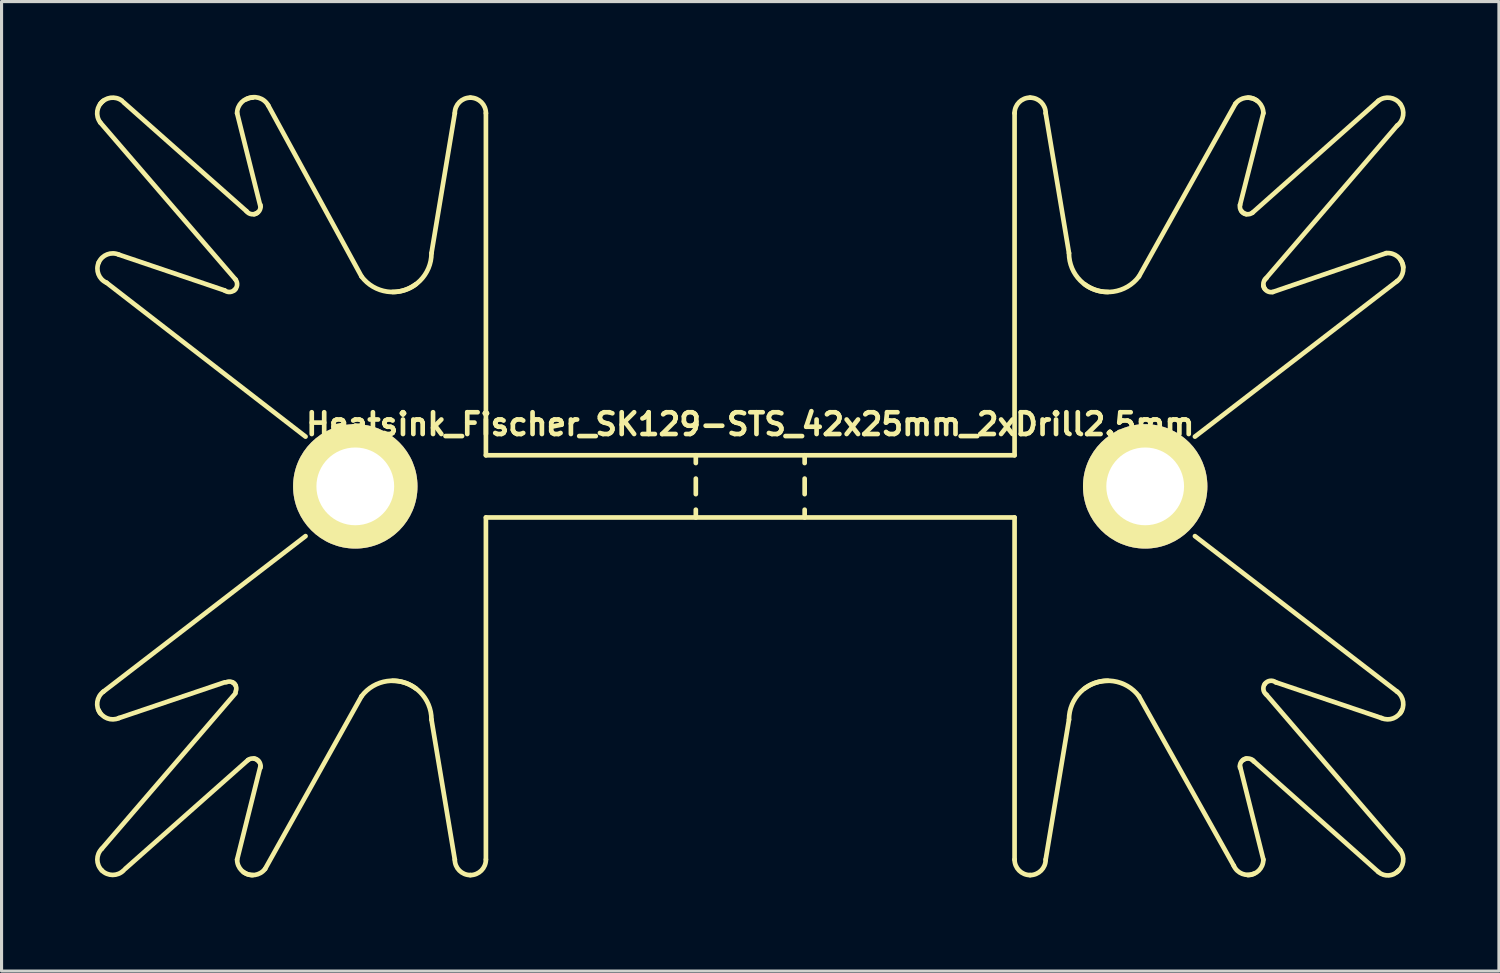
<source format=kicad_pcb>
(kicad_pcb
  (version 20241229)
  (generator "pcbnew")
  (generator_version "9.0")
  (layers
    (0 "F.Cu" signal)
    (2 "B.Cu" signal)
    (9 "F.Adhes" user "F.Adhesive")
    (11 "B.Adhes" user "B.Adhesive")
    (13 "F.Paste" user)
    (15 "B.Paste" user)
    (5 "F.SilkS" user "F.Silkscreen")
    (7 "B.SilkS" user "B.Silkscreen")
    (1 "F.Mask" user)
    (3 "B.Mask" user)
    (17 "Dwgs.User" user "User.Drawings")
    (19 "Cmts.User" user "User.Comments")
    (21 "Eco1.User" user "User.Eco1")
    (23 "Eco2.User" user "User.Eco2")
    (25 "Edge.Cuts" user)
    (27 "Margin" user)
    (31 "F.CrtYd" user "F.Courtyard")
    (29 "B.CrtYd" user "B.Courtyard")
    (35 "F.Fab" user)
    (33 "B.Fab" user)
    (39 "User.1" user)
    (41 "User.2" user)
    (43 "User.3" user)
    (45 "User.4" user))
  (footprint "Heatsink_Fischer_SK129-STS_42x25mm_2xDrill2.5mm"
    (layer "F.Cu")
    (at 21.075 12.59)
    (property "Reference" "Heatsink_Fischer_SK129-STS_42x25mm_2xDrill2.5mm" (at 0 -2 0) (layer "F.SilkS") (effects (font (size 0.7 0.7) (thickness 0.15))))
    (attr through_hole)
    (fp_line (start -20.85 11.65) (end -16.55 6.65) (stroke (width 0.15) (type solid)) (layer "F.SilkS"))
    (fp_line (start -20.8 6.6) (end -14.3 1.6) (stroke (width 0.15) (type solid)) (layer "F.SilkS"))
    (fp_line (start -20.7 -6.55) (end -14.3 -1.6) (stroke (width 0.15) (type solid)) (layer "F.SilkS"))
    (fp_line (start -20.3 7.45) (end -16.9 6.3) (stroke (width 0.15) (type solid)) (layer "F.SilkS"))
    (fp_line (start -20.1 12.3) (end -16.15 8.8) (stroke (width 0.15) (type solid)) (layer "F.SilkS"))
    (fp_line (start -16.9 -6.3) (end -20.3 -7.45) (stroke (width 0.15) (type solid)) (layer "F.SilkS"))
    (fp_line (start -16.55 -6.65) (end -20.9 -11.7) (stroke (width 0.15) (type solid)) (layer "F.SilkS"))
    (fp_line (start -16.5 12) (end -15.75 9) (stroke (width 0.15) (type solid)) (layer "F.SilkS"))
    (fp_line (start -16.2 -8.85) (end -20.15 -12.35) (stroke (width 0.15) (type solid)) (layer "F.SilkS"))
    (fp_line (start -15.75 -9) (end -16.5 -12) (stroke (width 0.15) (type solid)) (layer "F.SilkS"))
    (fp_line (start -15.6 12.3) (end -12.5 6.75) (stroke (width 0.15) (type solid)) (layer "F.SilkS"))
    (fp_line (start -15.5 -12.25) (end -12.5 -6.75) (stroke (width 0.15) (type solid)) (layer "F.SilkS"))
    (fp_line (start -10.25 7.5) (end -9.5 12) (stroke (width 0.15) (type solid)) (layer "F.SilkS"))
    (fp_line (start -9.5 -12) (end -10.25 -7.5) (stroke (width 0.15) (type solid)) (layer "F.SilkS"))
    (fp_line (start -8.5 -12) (end -8.5 -1) (stroke (width 0.15) (type solid)) (layer "F.SilkS"))
    (fp_line (start -8.5 -1) (end 8.5 -1) (stroke (width 0.15) (type solid)) (layer "F.SilkS"))
    (fp_line (start -8.5 12) (end -8.5 1) (stroke (width 0.15) (type solid)) (layer "F.SilkS"))
    (fp_line (start -1.75 -1) (end -1.75 -0.75) (stroke (width 0.15) (type solid)) (layer "F.SilkS"))
    (fp_line (start -1.75 -0.25) (end -1.75 0.25) (stroke (width 0.15) (type solid)) (layer "F.SilkS"))
    (fp_line (start -1.75 1) (end -1.75 0.75) (stroke (width 0.15) (type solid)) (layer "F.SilkS"))
    (fp_line (start 1.75 -1) (end 1.75 -0.75) (stroke (width 0.15) (type solid)) (layer "F.SilkS"))
    (fp_line (start 1.75 -0.25) (end 1.75 0.25) (stroke (width 0.15) (type solid)) (layer "F.SilkS"))
    (fp_line (start 1.75 0.75) (end 1.75 1) (stroke (width 0.15) (type solid)) (layer "F.SilkS"))
    (fp_line (start 8.5 -12) (end 8.5 -1) (stroke (width 0.15) (type solid)) (layer "F.SilkS"))
    (fp_line (start 8.5 1) (end -8.5 1) (stroke (width 0.15) (type solid)) (layer "F.SilkS"))
    (fp_line (start 8.5 12) (end 8.5 1) (stroke (width 0.15) (type solid)) (layer "F.SilkS"))
    (fp_line (start 9.5 -12) (end 10.25 -7.5) (stroke (width 0.15) (type solid)) (layer "F.SilkS"))
    (fp_line (start 10.25 7.5) (end 9.5 12) (stroke (width 0.15) (type solid)) (layer "F.SilkS"))
    (fp_line (start 12.5 -6.75) (end 15.6 -12.3) (stroke (width 0.15) (type solid)) (layer "F.SilkS"))
    (fp_line (start 15.55 12.2) (end 12.5 6.75) (stroke (width 0.15) (type solid)) (layer "F.SilkS"))
    (fp_line (start 16.15 -8.8) (end 20.2 -12.4) (stroke (width 0.15) (type solid)) (layer "F.SilkS"))
    (fp_line (start 16.15 8.8) (end 20.2 12.4) (stroke (width 0.15) (type solid)) (layer "F.SilkS"))
    (fp_line (start 16.5 -12) (end 15.75 -9.05) (stroke (width 0.15) (type solid)) (layer "F.SilkS"))
    (fp_line (start 16.5 12) (end 15.75 9) (stroke (width 0.15) (type solid)) (layer "F.SilkS"))
    (fp_line (start 16.55 -6.65) (end 20.8 -11.6) (stroke (width 0.15) (type solid)) (layer "F.SilkS"))
    (fp_line (start 16.6 6.7) (end 20.9 11.7) (stroke (width 0.15) (type solid)) (layer "F.SilkS"))
    (fp_line (start 16.8 -6.25) (end 20.45 -7.5) (stroke (width 0.15) (type solid)) (layer "F.SilkS"))
    (fp_line (start 16.9 6.3) (end 20.3 7.45) (stroke (width 0.15) (type solid)) (layer "F.SilkS"))
    (fp_line (start 20.8 -6.6) (end 14.3 -1.6) (stroke (width 0.15) (type solid)) (layer "F.SilkS"))
    (fp_line (start 20.8 6.6) (end 14.3 1.6) (stroke (width 0.15) (type solid)) (layer "F.SilkS"))
    (fp_arc (start -20.95 -7.2) (mid -20.676777 -7.459619) (end -20.3 -7.45) (stroke (width 0.15) (type solid)) (layer "F.SilkS"))
    (fp_arc (start -20.9 -12.3) (mid -20.570711 -12.494975) (end -20.2 -12.4) (stroke (width 0.15) (type solid)) (layer "F.SilkS"))
    (fp_arc (start -20.9 -11.7) (mid -20.994975 -12.070711) (end -20.8 -12.4) (stroke (width 0.15) (type solid)) (layer "F.SilkS"))
    (fp_arc (start -20.9 7.3) (mid -20.994975 6.929289) (end -20.8 6.6) (stroke (width 0.15) (type solid)) (layer "F.SilkS"))
    (fp_arc (start -20.85 12.35) (mid -20.994975 12) (end -20.85 11.65) (stroke (width 0.15) (type solid)) (layer "F.SilkS"))
    (fp_arc (start -20.7 -6.55) (mid -20.959619 -6.823223) (end -20.95 -7.2) (stroke (width 0.15) (type solid)) (layer "F.SilkS"))
    (fp_arc (start -20.3 7.45) (mid -20.676777 7.459619) (end -20.95 7.2) (stroke (width 0.15) (type solid)) (layer "F.SilkS"))
    (fp_arc (start -20.15 12.35) (mid -20.5 12.494975) (end -20.85 12.35) (stroke (width 0.15) (type solid)) (layer "F.SilkS"))
    (fp_arc (start -16.85 6.3) (mid -16.679289 6.287868) (end -16.55 6.4) (stroke (width 0.15) (type solid)) (layer "F.SilkS"))
    (fp_arc (start -16.65 6.3) (mid -16.537868 6.429289) (end -16.55 6.6) (stroke (width 0.15) (type solid)) (layer "F.SilkS"))
    (fp_arc (start -16.55 -6.65) (mid -16.502513 -6.464645) (end -16.6 -6.3) (stroke (width 0.15) (type solid)) (layer "F.SilkS"))
    (fp_arc (start -16.55 -6.35) (mid -16.714645 -6.252513) (end -16.9 -6.3) (stroke (width 0.15) (type solid)) (layer "F.SilkS"))
    (fp_arc (start -16.5 -12) (mid -16.353553 -12.353553) (end -16 -12.5) (stroke (width 0.15) (type solid)) (layer "F.SilkS"))
    (fp_arc (start -16.2 -12.45) (mid -15.808579 -12.494975) (end -15.5 -12.25) (stroke (width 0.15) (type solid)) (layer "F.SilkS"))
    (fp_arc (start -16.15 8.8) (mid -15.964645 8.752513) (end -15.8 8.85) (stroke (width 0.15) (type solid)) (layer "F.SilkS"))
    (fp_arc (start -16 12.5) (mid -16.353553 12.353553) (end -16.5 12) (stroke (width 0.15) (type solid)) (layer "F.SilkS"))
    (fp_arc (start -15.95 8.75) (mid -15.787868 8.858579) (end -15.75 9.05) (stroke (width 0.15) (type solid)) (layer "F.SilkS"))
    (fp_arc (start -15.85 -8.8) (mid -16.035355 -8.752513) (end -16.2 -8.85) (stroke (width 0.15) (type solid)) (layer "F.SilkS"))
    (fp_arc (start -15.75 -9.05) (mid -15.787868 -8.858579) (end -15.95 -8.75) (stroke (width 0.15) (type solid)) (layer "F.SilkS"))
    (fp_arc (start -15.6 12.3) (mid -15.929289 12.494975) (end -16.3 12.4) (stroke (width 0.15) (type solid)) (layer "F.SilkS"))
    (fp_arc (start -12.5 6.75) (mid -11.676777 6.262563) (end -10.75 6.5) (stroke (width 0.15) (type solid)) (layer "F.SilkS"))
    (fp_arc (start -11.5 6.25) (mid -10.616117 6.616117) (end -10.25 7.5) (stroke (width 0.15) (type solid)) (layer "F.SilkS"))
    (fp_arc (start -10.75 -6.5) (mid -11.676777 -6.262563) (end -12.5 -6.75) (stroke (width 0.15) (type solid)) (layer "F.SilkS"))
    (fp_arc (start -10.25 -7.5) (mid -10.616117 -6.616117) (end -11.5 -6.25) (stroke (width 0.15) (type solid)) (layer "F.SilkS"))
    (fp_arc (start -9.5 -12) (mid -9.353553 -12.353553) (end -9 -12.5) (stroke (width 0.15) (type solid)) (layer "F.SilkS"))
    (fp_arc (start -9 -12.5) (mid -8.646447 -12.353553) (end -8.5 -12) (stroke (width 0.15) (type solid)) (layer "F.SilkS"))
    (fp_arc (start -9 12.5) (mid -9.353553 12.353553) (end -9.5 12) (stroke (width 0.15) (type solid)) (layer "F.SilkS"))
    (fp_arc (start -8.5 12) (mid -8.646447 12.353553) (end -9 12.5) (stroke (width 0.15) (type solid)) (layer "F.SilkS"))
    (fp_arc (start 8.5 -12) (mid 8.646447 -12.353553) (end 9 -12.5) (stroke (width 0.15) (type solid)) (layer "F.SilkS"))
    (fp_arc (start 9 -12.5) (mid 9.353553 -12.353553) (end 9.5 -12) (stroke (width 0.15) (type solid)) (layer "F.SilkS"))
    (fp_arc (start 9 12.5) (mid 8.646447 12.353553) (end 8.5 12) (stroke (width 0.15) (type solid)) (layer "F.SilkS"))
    (fp_arc (start 9.5 12) (mid 9.353553 12.353553) (end 9 12.5) (stroke (width 0.15) (type solid)) (layer "F.SilkS"))
    (fp_arc (start 10.25 7.5) (mid 10.616117 6.616117) (end 11.5 6.25) (stroke (width 0.15) (type solid)) (layer "F.SilkS"))
    (fp_arc (start 10.75 6.5) (mid 11.676777 6.262563) (end 12.5 6.75) (stroke (width 0.15) (type solid)) (layer "F.SilkS"))
    (fp_arc (start 11.5 -6.25) (mid 10.616117 -6.616117) (end 10.25 -7.5) (stroke (width 0.15) (type solid)) (layer "F.SilkS"))
    (fp_arc (start 12.5 -6.75) (mid 11.676777 -6.262563) (end 10.75 -6.5) (stroke (width 0.15) (type solid)) (layer "F.SilkS"))
    (fp_arc (start 15.6 -12.3) (mid 15.929289 -12.494975) (end 16.3 -12.4) (stroke (width 0.15) (type solid)) (layer "F.SilkS"))
    (fp_arc (start 15.75 9.05) (mid 15.787868 8.858579) (end 15.95 8.75) (stroke (width 0.15) (type solid)) (layer "F.SilkS"))
    (fp_arc (start 15.85 8.8) (mid 16.035355 8.752513) (end 16.2 8.85) (stroke (width 0.15) (type solid)) (layer "F.SilkS"))
    (fp_arc (start 15.95 -8.75) (mid 15.787868 -8.858579) (end 15.75 -9.05) (stroke (width 0.15) (type solid)) (layer "F.SilkS"))
    (fp_arc (start 16 -12.5) (mid 16.353553 -12.353553) (end 16.5 -12) (stroke (width 0.15) (type solid)) (layer "F.SilkS"))
    (fp_arc (start 16.15 -8.8) (mid 15.964645 -8.752513) (end 15.8 -8.85) (stroke (width 0.15) (type solid)) (layer "F.SilkS"))
    (fp_arc (start 16.2 12.45) (mid 15.823223 12.459619) (end 15.55 12.2) (stroke (width 0.15) (type solid)) (layer "F.SilkS"))
    (fp_arc (start 16.5 12) (mid 16.353553 12.353553) (end 16 12.5) (stroke (width 0.15) (type solid)) (layer "F.SilkS"))
    (fp_arc (start 16.55 -6.35) (mid 16.502513 -6.535355) (end 16.6 -6.7) (stroke (width 0.15) (type solid)) (layer "F.SilkS"))
    (fp_arc (start 16.55 6.35) (mid 16.714645 6.252513) (end 16.9 6.3) (stroke (width 0.15) (type solid)) (layer "F.SilkS"))
    (fp_arc (start 16.6 6.7) (mid 16.502513 6.535355) (end 16.55 6.35) (stroke (width 0.15) (type solid)) (layer "F.SilkS"))
    (fp_arc (start 16.8 -6.25) (mid 16.608579 -6.287868) (end 16.5 -6.45) (stroke (width 0.15) (type solid)) (layer "F.SilkS"))
    (fp_arc (start 20.2 -12.4) (mid 20.570711 -12.494975) (end 20.9 -12.3) (stroke (width 0.15) (type solid)) (layer "F.SilkS"))
    (fp_arc (start 20.45 -7.5) (mid 20.818198 -7.388909) (end 21 -7.05) (stroke (width 0.15) (type solid)) (layer "F.SilkS"))
    (fp_arc (start 20.8 6.6) (mid 20.994975 6.929289) (end 20.9 7.3) (stroke (width 0.15) (type solid)) (layer "F.SilkS"))
    (fp_arc (start 20.85 12.35) (mid 20.535355 12.509619) (end 20.2 12.4) (stroke (width 0.15) (type solid)) (layer "F.SilkS"))
    (fp_arc (start 20.9 -12.3) (mid 20.994975 -11.929289) (end 20.8 -11.6) (stroke (width 0.15) (type solid)) (layer "F.SilkS"))
    (fp_arc (start 20.9 -7.3) (mid 20.994975 -6.929289) (end 20.8 -6.6) (stroke (width 0.15) (type solid)) (layer "F.SilkS"))
    (fp_arc (start 20.9 11.7) (mid 20.994975 12.070711) (end 20.8 12.4) (stroke (width 0.15) (type solid)) (layer "F.SilkS"))
    (fp_arc (start 20.95 7.2) (mid 20.676777 7.459619) (end 20.3 7.45) (stroke (width 0.15) (type solid)) (layer "F.SilkS"))
    (pad "1" thru_hole circle (at -12.7 0) (size 4 4) (drill 2.5) (layers "*.Cu" "*.Mask" "F.SilkS"))
    (pad "1" thru_hole circle (at 12.7 0) (size 4 4) (drill 2.5) (layers "*.Cu" "*.Mask" "F.SilkS")))
  (gr_rect
    (start -3 -3)
    (end 45.15 28.176)
    (stroke (width 0.1) (type default))
    (fill no)
    (layer "Edge.Cuts")))
</source>
